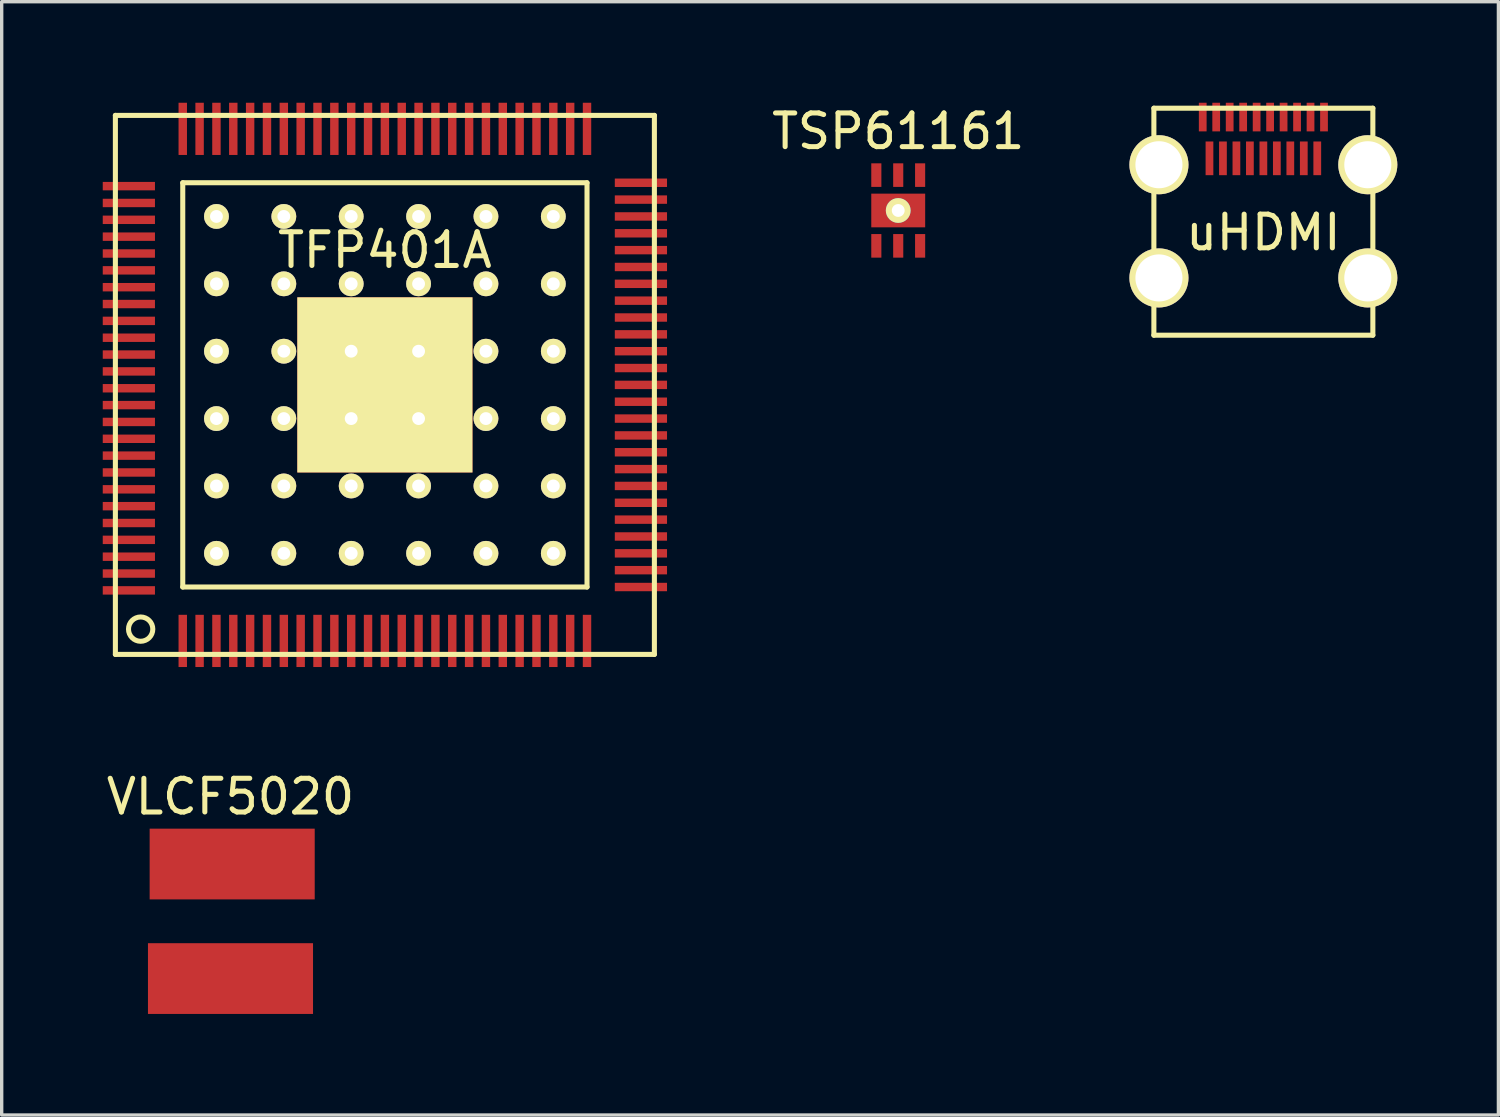
<source format=kicad_pcb>
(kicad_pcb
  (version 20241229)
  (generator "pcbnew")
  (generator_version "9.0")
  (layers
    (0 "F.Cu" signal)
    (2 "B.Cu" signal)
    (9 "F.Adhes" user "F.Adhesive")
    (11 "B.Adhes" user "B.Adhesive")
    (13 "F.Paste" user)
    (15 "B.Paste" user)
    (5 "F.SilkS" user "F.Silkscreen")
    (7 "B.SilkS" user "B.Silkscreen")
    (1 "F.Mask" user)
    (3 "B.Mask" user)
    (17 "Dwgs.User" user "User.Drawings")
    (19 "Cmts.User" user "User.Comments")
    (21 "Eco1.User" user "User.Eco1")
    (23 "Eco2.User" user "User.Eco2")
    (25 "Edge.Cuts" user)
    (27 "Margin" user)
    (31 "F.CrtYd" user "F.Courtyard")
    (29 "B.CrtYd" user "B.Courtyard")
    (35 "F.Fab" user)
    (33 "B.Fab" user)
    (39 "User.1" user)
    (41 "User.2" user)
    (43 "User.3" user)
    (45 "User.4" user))
  (footprint "TSP61161"
    (layer "F.Cu")
    (at 23.613 3.198)
    (property "Reference" "TSP61161" (at 0 -2.35 0) (layer "F.SilkS") (effects (font (size 1 1) (thickness 0.15))))
    (attr through_hole)
    (pad "1" smd rect (at -0.65 -1.05) (size 0.3 0.7) (layers "F.Cu" "F.Mask" "F.Paste"))
    (pad "2" smd rect (at 0 -1.05) (size 0.3 0.7) (layers "F.Cu" "F.Mask" "F.Paste"))
    (pad "3" smd rect (at 0.65 -1.05) (size 0.3 0.7) (layers "F.Cu" "F.Mask" "F.Paste"))
    (pad "4" smd rect (at 0.65 1.05) (size 0.3 0.7) (layers "F.Cu" "F.Mask" "F.Paste"))
    (pad "5" smd rect (at 0 1.05) (size 0.3 0.7) (layers "F.Cu" "F.Mask" "F.Paste"))
    (pad "6" smd rect (at -0.65 1.05) (size 0.3 0.7) (layers "F.Cu" "F.Mask" "F.Paste"))
    (pad "7" thru_hole circle (at 0 0) (size 0.737 0.737) (drill 0.381) (layers "*.Cu" "*.Mask" "F.SilkS"))
    (pad "7" smd rect (at 0 0) (size 1.6 1) (layers "F.Cu" "F.Mask" "F.Paste")))
  (footprint "TFP401A"
    (layer "F.Cu")
    (at 8.375 8.375)
    (property "Reference" "TFP401A" (at 0 -4 0) (layer "F.SilkS") (effects (font (size 1 1) (thickness 0.15))))
    (attr through_hole)
    (fp_line (start -8 -8) (end -8 8) (stroke (width 0.15) (type solid)) (layer "F.SilkS"))
    (fp_line (start -8 8) (end 8 8) (stroke (width 0.15) (type solid)) (layer "F.SilkS"))
    (fp_line (start -6 -6) (end -6 6) (stroke (width 0.15) (type solid)) (layer "F.SilkS"))
    (fp_line (start -6 6) (end 6 6) (stroke (width 0.15) (type solid)) (layer "F.SilkS"))
    (fp_line (start 6 -6) (end -6 -6) (stroke (width 0.15) (type solid)) (layer "F.SilkS"))
    (fp_line (start 6 6) (end 6 -6) (stroke (width 0.15) (type solid)) (layer "F.SilkS"))
    (fp_line (start 8 -8) (end -8 -8) (stroke (width 0.15) (type solid)) (layer "F.SilkS"))
    (fp_line (start 8 8) (end 8 -8) (stroke (width 0.15) (type solid)) (layer "F.SilkS"))
    (fp_circle (center -7.25 7.25) (end -6.95 7.05) (stroke (width 0.15) (type solid)) (fill no) (layer "F.SilkS"))
    (pad "1" smd rect (at -6 7.6) (size 0.25 1.55) (layers "F.Cu" "F.Mask" "F.Paste"))
    (pad "2" smd rect (at -5.5 7.6) (size 0.25 1.55) (layers "F.Cu" "F.Mask" "F.Paste"))
    (pad "3" smd rect (at -5 7.6) (size 0.25 1.55) (layers "F.Cu" "F.Mask" "F.Paste"))
    (pad "4" smd rect (at -4.5 7.6) (size 0.25 1.55) (layers "F.Cu" "F.Mask" "F.Paste"))
    (pad "5" smd rect (at -4 7.6) (size 0.25 1.55) (layers "F.Cu" "F.Mask" "F.Paste"))
    (pad "6" smd rect (at -3.5 7.6) (size 0.25 1.55) (layers "F.Cu" "F.Mask" "F.Paste"))
    (pad "7" smd rect (at -3 7.6) (size 0.25 1.55) (layers "F.Cu" "F.Mask" "F.Paste"))
    (pad "8" smd rect (at -2.5 7.6) (size 0.25 1.55) (layers "F.Cu" "F.Mask" "F.Paste"))
    (pad "9" smd rect (at -2 7.6) (size 0.25 1.55) (layers "F.Cu" "F.Mask" "F.Paste"))
    (pad "10" smd rect (at -1.5 7.6) (size 0.25 1.55) (layers "F.Cu" "F.Mask" "F.Paste"))
    (pad "11" smd rect (at -1 7.6) (size 0.25 1.55) (layers "F.Cu" "F.Mask" "F.Paste"))
    (pad "12" smd rect (at -0.5 7.6) (size 0.25 1.55) (layers "F.Cu" "F.Mask" "F.Paste"))
    (pad "13" smd rect (at 0 7.6) (size 0.25 1.55) (layers "F.Cu" "F.Mask" "F.Paste"))
    (pad "14" smd rect (at 0.5 7.6) (size 0.25 1.55) (layers "F.Cu" "F.Mask" "F.Paste"))
    (pad "15" smd rect (at 1 7.6) (size 0.25 1.55) (layers "F.Cu" "F.Mask" "F.Paste"))
    (pad "16" smd rect (at 1.5 7.6) (size 0.25 1.55) (layers "F.Cu" "F.Mask" "F.Paste"))
    (pad "17" smd rect (at 2 7.6) (size 0.25 1.55) (layers "F.Cu" "F.Mask" "F.Paste"))
    (pad "18" smd rect (at 2.5 7.6) (size 0.25 1.55) (layers "F.Cu" "F.Mask" "F.Paste"))
    (pad "19" smd rect (at 3 7.6) (size 0.25 1.55) (layers "F.Cu" "F.Mask" "F.Paste"))
    (pad "20" smd rect (at 3.5 7.6) (size 0.25 1.55) (layers "F.Cu" "F.Mask" "F.Paste"))
    (pad "21" smd rect (at 4 7.6) (size 0.25 1.55) (layers "F.Cu" "F.Mask" "F.Paste"))
    (pad "22" smd rect (at 4.5 7.6) (size 0.25 1.55) (layers "F.Cu" "F.Mask" "F.Paste"))
    (pad "23" smd rect (at 5 7.6) (size 0.25 1.55) (layers "F.Cu" "F.Mask" "F.Paste"))
    (pad "24" smd rect (at 5.5 7.6) (size 0.25 1.55) (layers "F.Cu" "F.Mask" "F.Paste"))
    (pad "25" smd rect (at 6 7.6) (size 0.25 1.55) (layers "F.Cu" "F.Mask" "F.Paste"))
    (pad "26" smd rect (at 7.6 6) (size 1.55 0.25) (layers "F.Cu" "F.Mask" "F.Paste"))
    (pad "27" smd rect (at 7.6 5.5) (size 1.55 0.25) (layers "F.Cu" "F.Mask" "F.Paste"))
    (pad "28" smd rect (at 7.6 5) (size 1.55 0.25) (layers "F.Cu" "F.Mask" "F.Paste"))
    (pad "29" smd rect (at 7.6 4.5) (size 1.55 0.25) (layers "F.Cu" "F.Mask" "F.Paste"))
    (pad "30" smd rect (at 7.6 4) (size 1.55 0.25) (layers "F.Cu" "F.Mask" "F.Paste"))
    (pad "31" smd rect (at 7.6 3.5) (size 1.55 0.25) (layers "F.Cu" "F.Mask" "F.Paste"))
    (pad "32" smd rect (at 7.6 3) (size 1.55 0.25) (layers "F.Cu" "F.Mask" "F.Paste"))
    (pad "33" smd rect (at 7.6 2.5) (size 1.55 0.25) (layers "F.Cu" "F.Mask" "F.Paste"))
    (pad "34" smd rect (at 7.6 2) (size 1.55 0.25) (layers "F.Cu" "F.Mask" "F.Paste"))
    (pad "35" smd rect (at 7.6 1.5) (size 1.55 0.25) (layers "F.Cu" "F.Mask" "F.Paste"))
    (pad "36" smd rect (at 7.6 1) (size 1.55 0.25) (layers "F.Cu" "F.Mask" "F.Paste"))
    (pad "37" smd rect (at 7.6 0.5) (size 1.55 0.25) (layers "F.Cu" "F.Mask" "F.Paste"))
    (pad "38" smd rect (at 7.6 0) (size 1.55 0.25) (layers "F.Cu" "F.Mask" "F.Paste"))
    (pad "39" smd rect (at 7.6 -0.5) (size 1.55 0.25) (layers "F.Cu" "F.Mask" "F.Paste"))
    (pad "40" smd rect (at 7.6 -1) (size 1.55 0.25) (layers "F.Cu" "F.Mask" "F.Paste"))
    (pad "41" smd rect (at 7.6 -1.5) (size 1.55 0.25) (layers "F.Cu" "F.Mask" "F.Paste"))
    (pad "42" smd rect (at 7.6 -2) (size 1.55 0.25) (layers "F.Cu" "F.Mask" "F.Paste"))
    (pad "43" smd rect (at 7.6 -2.5) (size 1.55 0.25) (layers "F.Cu" "F.Mask" "F.Paste"))
    (pad "44" smd rect (at 7.6 -3) (size 1.55 0.25) (layers "F.Cu" "F.Mask" "F.Paste"))
    (pad "45" smd rect (at 7.6 -3.5) (size 1.55 0.25) (layers "F.Cu" "F.Mask" "F.Paste"))
    (pad "46" smd rect (at 7.6 -4) (size 1.55 0.25) (layers "F.Cu" "F.Mask" "F.Paste"))
    (pad "47" smd rect (at 7.6 -4.5) (size 1.55 0.25) (layers "F.Cu" "F.Mask" "F.Paste"))
    (pad "48" smd rect (at 7.6 -5) (size 1.55 0.25) (layers "F.Cu" "F.Mask" "F.Paste"))
    (pad "49" smd rect (at 7.6 -5.5) (size 1.55 0.25) (layers "F.Cu" "F.Mask" "F.Paste"))
    (pad "50" smd rect (at 7.6 -6) (size 1.55 0.25) (layers "F.Cu" "F.Mask" "F.Paste"))
    (pad "51" smd rect (at 6 -7.6) (size 0.25 1.55) (layers "F.Cu" "F.Mask" "F.Paste"))
    (pad "52" smd rect (at 5.5 -7.6) (size 0.25 1.55) (layers "F.Cu" "F.Mask" "F.Paste"))
    (pad "53" smd rect (at 5 -7.6) (size 0.25 1.55) (layers "F.Cu" "F.Mask" "F.Paste"))
    (pad "54" smd rect (at 4.5 -7.6) (size 0.25 1.55) (layers "F.Cu" "F.Mask" "F.Paste"))
    (pad "55" smd rect (at 4 -7.6) (size 0.25 1.55) (layers "F.Cu" "F.Mask" "F.Paste"))
    (pad "56" smd rect (at 3.5 -7.6) (size 0.25 1.55) (layers "F.Cu" "F.Mask" "F.Paste"))
    (pad "57" smd rect (at 3 -7.6) (size 0.25 1.55) (layers "F.Cu" "F.Mask" "F.Paste"))
    (pad "58" smd rect (at 2.5 -7.6) (size 0.25 1.55) (layers "F.Cu" "F.Mask" "F.Paste"))
    (pad "59" smd rect (at 2 -7.6) (size 0.25 1.55) (layers "F.Cu" "F.Mask" "F.Paste"))
    (pad "60" smd rect (at 1.5 -7.6) (size 0.25 1.55) (layers "F.Cu" "F.Mask" "F.Paste"))
    (pad "61" smd rect (at 1 -7.6) (size 0.25 1.55) (layers "F.Cu" "F.Mask" "F.Paste"))
    (pad "62" smd rect (at 0.5 -7.6) (size 0.25 1.55) (layers "F.Cu" "F.Mask" "F.Paste"))
    (pad "63" smd rect (at 0 -7.6) (size 0.25 1.55) (layers "F.Cu" "F.Mask" "F.Paste"))
    (pad "64" smd rect (at -0.5 -7.6) (size 0.25 1.55) (layers "F.Cu" "F.Mask" "F.Paste"))
    (pad "65" smd rect (at -1 -7.6) (size 0.25 1.55) (layers "F.Cu" "F.Mask" "F.Paste"))
    (pad "66" smd rect (at -1.5 -7.6) (size 0.25 1.55) (layers "F.Cu" "F.Mask" "F.Paste"))
    (pad "67" smd rect (at -2 -7.6) (size 0.25 1.55) (layers "F.Cu" "F.Mask" "F.Paste"))
    (pad "68" smd rect (at -2.5 -7.6) (size 0.25 1.55) (layers "F.Cu" "F.Mask" "F.Paste"))
    (pad "69" smd rect (at -3 -7.6) (size 0.25 1.55) (layers "F.Cu" "F.Mask" "F.Paste"))
    (pad "70" smd rect (at -3.5 -7.6) (size 0.25 1.55) (layers "F.Cu" "F.Mask" "F.Paste"))
    (pad "71" smd rect (at -4 -7.6) (size 0.25 1.55) (layers "F.Cu" "F.Mask" "F.Paste"))
    (pad "72" smd rect (at -4.5 -7.6) (size 0.25 1.55) (layers "F.Cu" "F.Mask" "F.Paste"))
    (pad "73" smd rect (at -5 -7.6) (size 0.25 1.55) (layers "F.Cu" "F.Mask" "F.Paste"))
    (pad "74" smd rect (at -5.5 -7.6) (size 0.25 1.55) (layers "F.Cu" "F.Mask" "F.Paste"))
    (pad "75" smd rect (at -6 -7.6) (size 0.25 1.55) (layers "F.Cu" "F.Mask" "F.Paste"))
    (pad "76" smd rect (at -7.6 -5.9) (size 1.55 0.25) (layers "F.Cu" "F.Mask" "F.Paste"))
    (pad "77" smd rect (at -7.6 -5.4) (size 1.55 0.25) (layers "F.Cu" "F.Mask" "F.Paste"))
    (pad "78" smd rect (at -7.6 -4.9) (size 1.55 0.25) (layers "F.Cu" "F.Mask" "F.Paste"))
    (pad "79" smd rect (at -7.6 -4.4) (size 1.55 0.25) (layers "F.Cu" "F.Mask" "F.Paste"))
    (pad "80" smd rect (at -7.6 -3.9) (size 1.55 0.25) (layers "F.Cu" "F.Mask" "F.Paste"))
    (pad "81" smd rect (at -7.6 -3.4) (size 1.55 0.25) (layers "F.Cu" "F.Mask" "F.Paste"))
    (pad "82" smd rect (at -7.6 -2.9) (size 1.55 0.25) (layers "F.Cu" "F.Mask" "F.Paste"))
    (pad "83" smd rect (at -7.6 -2.4) (size 1.55 0.25) (layers "F.Cu" "F.Mask" "F.Paste"))
    (pad "84" smd rect (at -7.6 -1.9) (size 1.55 0.25) (layers "F.Cu" "F.Mask" "F.Paste"))
    (pad "85" smd rect (at -7.6 -1.4) (size 1.55 0.25) (layers "F.Cu" "F.Mask" "F.Paste"))
    (pad "86" smd rect (at -7.6 -0.9) (size 1.55 0.25) (layers "F.Cu" "F.Mask" "F.Paste"))
    (pad "87" smd rect (at -7.6 -0.4) (size 1.55 0.25) (layers "F.Cu" "F.Mask" "F.Paste"))
    (pad "88" smd rect (at -7.6 0.1) (size 1.55 0.25) (layers "F.Cu" "F.Mask" "F.Paste"))
    (pad "89" smd rect (at -7.6 0.6) (size 1.55 0.25) (layers "F.Cu" "F.Mask" "F.Paste"))
    (pad "90" smd rect (at -7.6 1.1) (size 1.55 0.25) (layers "F.Cu" "F.Mask" "F.Paste"))
    (pad "91" smd rect (at -7.6 1.6) (size 1.55 0.25) (layers "F.Cu" "F.Mask" "F.Paste"))
    (pad "92" smd rect (at -7.6 2.1) (size 1.55 0.25) (layers "F.Cu" "F.Mask" "F.Paste"))
    (pad "93" smd rect (at -7.6 2.6) (size 1.55 0.25) (layers "F.Cu" "F.Mask" "F.Paste"))
    (pad "94" smd rect (at -7.6 3.1) (size 1.55 0.25) (layers "F.Cu" "F.Mask" "F.Paste"))
    (pad "95" smd rect (at -7.6 3.6) (size 1.55 0.25) (layers "F.Cu" "F.Mask" "F.Paste"))
    (pad "96" smd rect (at -7.6 4.1) (size 1.55 0.25) (layers "F.Cu" "F.Mask" "F.Paste"))
    (pad "97" smd rect (at -7.6 4.6) (size 1.55 0.25) (layers "F.Cu" "F.Mask" "F.Paste"))
    (pad "98" smd rect (at -7.6 5.1) (size 1.55 0.25) (layers "F.Cu" "F.Mask" "F.Paste"))
    (pad "99" smd rect (at -7.6 5.6) (size 1.55 0.25) (layers "F.Cu" "F.Mask" "F.Paste"))
    (pad "100" smd rect (at -7.6 6.1) (size 1.55 0.25) (layers "F.Cu" "F.Mask" "F.Paste"))
    (pad "101" thru_hole circle (at -5 -5 90) (size 0.737 0.737) (drill 0.381) (layers "*.Cu" "*.Mask" "F.SilkS"))
    (pad "101" thru_hole circle (at -5 -3) (size 0.737 0.737) (drill 0.381) (layers "*.Cu" "*.Mask" "F.SilkS"))
    (pad "101" thru_hole circle (at -5 -1) (size 0.737 0.737) (drill 0.381) (layers "*.Cu" "*.Mask" "F.SilkS"))
    (pad "101" thru_hole circle (at -5 1) (size 0.737 0.737) (drill 0.381) (layers "*.Cu" "*.Mask" "F.SilkS"))
    (pad "101" thru_hole circle (at -5 3) (size 0.737 0.737) (drill 0.381) (layers "*.Cu" "*.Mask" "F.SilkS"))
    (pad "101" thru_hole circle (at -5 5) (size 0.737 0.737) (drill 0.381) (layers "*.Cu" "*.Mask" "F.SilkS"))
    (pad "101" thru_hole circle (at -3 -5 90) (size 0.737 0.737) (drill 0.381) (layers "*.Cu" "*.Mask" "F.SilkS"))
    (pad "101" thru_hole circle (at -3 -3 90) (size 0.737 0.737) (drill 0.381) (layers "*.Cu" "*.Mask" "F.SilkS"))
    (pad "101" thru_hole circle (at -3 -1 90) (size 0.737 0.737) (drill 0.381) (layers "*.Cu" "*.Mask" "F.SilkS"))
    (pad "101" thru_hole circle (at -3 1 90) (size 0.737 0.737) (drill 0.381) (layers "*.Cu" "*.Mask" "F.SilkS"))
    (pad "101" thru_hole circle (at -3 3) (size 0.737 0.737) (drill 0.381) (layers "*.Cu" "*.Mask" "F.SilkS"))
    (pad "101" thru_hole circle (at -3 5) (size 0.737 0.737) (drill 0.381) (layers "*.Cu" "*.Mask" "F.SilkS"))
    (pad "101" thru_hole circle (at -1 -5 90) (size 0.737 0.737) (drill 0.381) (layers "*.Cu" "*.Mask" "F.SilkS"))
    (pad "101" thru_hole circle (at -1 -3 90) (size 0.737 0.737) (drill 0.381) (layers "*.Cu" "*.Mask" "F.SilkS"))
    (pad "101" thru_hole circle (at -1 -1 90) (size 0.737 0.737) (drill 0.381) (layers "*.Cu" "*.Mask" "F.SilkS"))
    (pad "101" thru_hole circle (at -1 1 90) (size 0.737 0.737) (drill 0.381) (layers "*.Cu" "*.Mask" "F.SilkS"))
    (pad "101" thru_hole circle (at -1 3) (size 0.737 0.737) (drill 0.381) (layers "*.Cu" "*.Mask" "F.SilkS"))
    (pad "101" thru_hole circle (at -1 5) (size 0.737 0.737) (drill 0.381) (layers "*.Cu" "*.Mask" "F.SilkS"))
    (pad "101" smd rect (at 0 0) (size 5.2 5.2) (layers "F.Cu" "F.Mask" "F.SilkS" "F.Paste"))
    (pad "101" thru_hole circle (at 1 -5 90) (size 0.737 0.737) (drill 0.381) (layers "*.Cu" "*.Mask" "F.SilkS"))
    (pad "101" thru_hole circle (at 1 -3 90) (size 0.737 0.737) (drill 0.381) (layers "*.Cu" "*.Mask" "F.SilkS"))
    (pad "101" thru_hole circle (at 1 -1 90) (size 0.737 0.737) (drill 0.381) (layers "*.Cu" "*.Mask" "F.SilkS"))
    (pad "101" thru_hole circle (at 1 1 90) (size 0.737 0.737) (drill 0.381) (layers "*.Cu" "*.Mask" "F.SilkS"))
    (pad "101" thru_hole circle (at 1 3) (size 0.737 0.737) (drill 0.381) (layers "*.Cu" "*.Mask" "F.SilkS"))
    (pad "101" thru_hole circle (at 1 5) (size 0.737 0.737) (drill 0.381) (layers "*.Cu" "*.Mask" "F.SilkS"))
    (pad "101" thru_hole circle (at 3 -5 90) (size 0.737 0.737) (drill 0.381) (layers "*.Cu" "*.Mask" "F.SilkS"))
    (pad "101" thru_hole circle (at 3 -3 90) (size 0.737 0.737) (drill 0.381) (layers "*.Cu" "*.Mask" "F.SilkS"))
    (pad "101" thru_hole circle (at 3 -1 90) (size 0.737 0.737) (drill 0.381) (layers "*.Cu" "*.Mask" "F.SilkS"))
    (pad "101" thru_hole circle (at 3 1 90) (size 0.737 0.737) (drill 0.381) (layers "*.Cu" "*.Mask" "F.SilkS"))
    (pad "101" thru_hole circle (at 3 3 90) (size 0.737 0.737) (drill 0.381) (layers "*.Cu" "*.Mask" "F.SilkS"))
    (pad "101" thru_hole circle (at 3 5 90) (size 0.737 0.737) (drill 0.381) (layers "*.Cu" "*.Mask" "F.SilkS"))
    (pad "101" thru_hole circle (at 5 -5 90) (size 0.737 0.737) (drill 0.381) (layers "*.Cu" "*.Mask" "F.SilkS"))
    (pad "101" thru_hole circle (at 5 -3 90) (size 0.737 0.737) (drill 0.381) (layers "*.Cu" "*.Mask" "F.SilkS"))
    (pad "101" thru_hole circle (at 5 -1 90) (size 0.737 0.737) (drill 0.381) (layers "*.Cu" "*.Mask" "F.SilkS"))
    (pad "101" thru_hole circle (at 5 1 90) (size 0.737 0.737) (drill 0.381) (layers "*.Cu" "*.Mask" "F.SilkS"))
    (pad "101" thru_hole circle (at 5 3 90) (size 0.737 0.737) (drill 0.381) (layers "*.Cu" "*.Mask" "F.SilkS"))
    (pad "101" thru_hole circle (at 5 5 90) (size 0.737 0.737) (drill 0.381) (layers "*.Cu" "*.Mask" "F.SilkS")))
  (footprint "VLCF5020"
    (layer "F.Cu")
    (at 3.792 24.298)
    (property "Reference" "VLCF5020" (at 0 -3.7 0) (layer "F.SilkS") (effects (font (size 1 1) (thickness 0.15))))
    (attr through_hole)
    (pad "1" smd rect (at 0.05 -1.7) (size 4.9 2.1) (layers "F.Cu" "F.Mask" "F.Paste"))
    (pad "2" smd rect (at 0 1.7) (size 4.9 2.1) (layers "F.Cu" "F.Mask" "F.Paste")))
  (footprint "uHDMI"
    (layer "F.Cu")
    (at 34.452 6.9)
    (property "Reference" "uHDMI" (at 0 -3.048 0) (layer "F.SilkS") (effects (font (size 1 1) (thickness 0.15))))
    (attr through_hole)
    (fp_line (start -3.25 -6.738) (end -3.25 0) (stroke (width 0.15) (type solid)) (layer "F.SilkS"))
    (fp_line (start -3.25 0) (end 3.25 0) (stroke (width 0.15) (type solid)) (layer "F.SilkS"))
    (fp_line (start 3.25 -6.738) (end -3.25 -6.738) (stroke (width 0.15) (type solid)) (layer "F.SilkS"))
    (fp_line (start 3.25 0) (end 3.25 -6.738) (stroke (width 0.15) (type solid)) (layer "F.SilkS"))
    (pad "1" smd rect (at 1.8 -6.475) (size 0.23 0.85) (layers "F.Cu" "F.Mask" "F.Paste"))
    (pad "2" smd rect (at 1.6 -5.25) (size 0.23 1) (layers "F.Cu" "F.Mask" "F.Paste"))
    (pad "3" smd rect (at 1.4 -6.475) (size 0.23 0.85) (layers "F.Cu" "F.Mask" "F.Paste"))
    (pad "4" smd rect (at 1.2 -5.25) (size 0.23 1) (layers "F.Cu" "F.Mask" "F.Paste"))
    (pad "5" smd rect (at 1 -6.475) (size 0.23 0.85) (layers "F.Cu" "F.Mask" "F.Paste"))
    (pad "6" smd rect (at 0.8 -5.25) (size 0.23 1) (layers "F.Cu" "F.Mask" "F.Paste"))
    (pad "7" smd rect (at 0.6 -6.475) (size 0.23 0.85) (layers "F.Cu" "F.Mask" "F.Paste"))
    (pad "8" smd rect (at 0.4 -5.25) (size 0.23 1) (layers "F.Cu" "F.Mask" "F.Paste"))
    (pad "9" smd rect (at 0.2 -6.475) (size 0.23 0.85) (layers "F.Cu" "F.Mask" "F.Paste"))
    (pad "10" smd rect (at 0 -5.25) (size 0.23 1) (layers "F.Cu" "F.Mask" "F.Paste"))
    (pad "11" smd rect (at -0.2 -6.475) (size 0.23 0.85) (layers "F.Cu" "F.Mask" "F.Paste"))
    (pad "12" smd rect (at -0.4 -5.25) (size 0.23 1) (layers "F.Cu" "F.Mask" "F.Paste"))
    (pad "13" smd rect (at -0.6 -6.475) (size 0.23 0.85) (layers "F.Cu" "F.Mask" "F.Paste"))
    (pad "14" smd rect (at -0.8 -5.25) (size 0.23 1) (layers "F.Cu" "F.Mask" "F.Paste"))
    (pad "15" smd rect (at -1 -6.475) (size 0.23 0.85) (layers "F.Cu" "F.Mask" "F.Paste"))
    (pad "16" smd rect (at -1.2 -5.25) (size 0.23 1) (layers "F.Cu" "F.Mask" "F.Paste"))
    (pad "17" smd rect (at -1.4 -6.475) (size 0.23 0.85) (layers "F.Cu" "F.Mask" "F.Paste"))
    (pad "18" smd rect (at -1.6 -5.25) (size 0.23 1) (layers "F.Cu" "F.Mask" "F.Paste"))
    (pad "19" smd rect (at -1.8 -6.475) (size 0.23 0.85) (layers "F.Cu" "F.Mask" "F.Paste"))
    (pad "20" thru_hole circle (at -3.1 -5.06) (size 1.753 1.753) (drill 1.397) (layers "*.Cu" "*.Mask" "F.SilkS"))
    (pad "21" thru_hole circle (at -3.1 -1.7) (size 1.753 1.753) (drill 1.397) (layers "*.Cu" "*.Mask" "F.SilkS"))
    (pad "22" thru_hole circle (at 3.1 -5.06) (size 1.753 1.753) (drill 1.397) (layers "*.Cu" "*.Mask" "F.SilkS"))
    (pad "23" thru_hole circle (at 3.1 -1.7) (size 1.753 1.753) (drill 1.397) (layers "*.Cu" "*.Mask" "F.SilkS")))
  (gr_rect
    (start -3 -3)
    (end 41.429 30.048)
    (stroke (width 0.1) (type default))
    (fill no)
    (layer "Edge.Cuts")))
</source>
